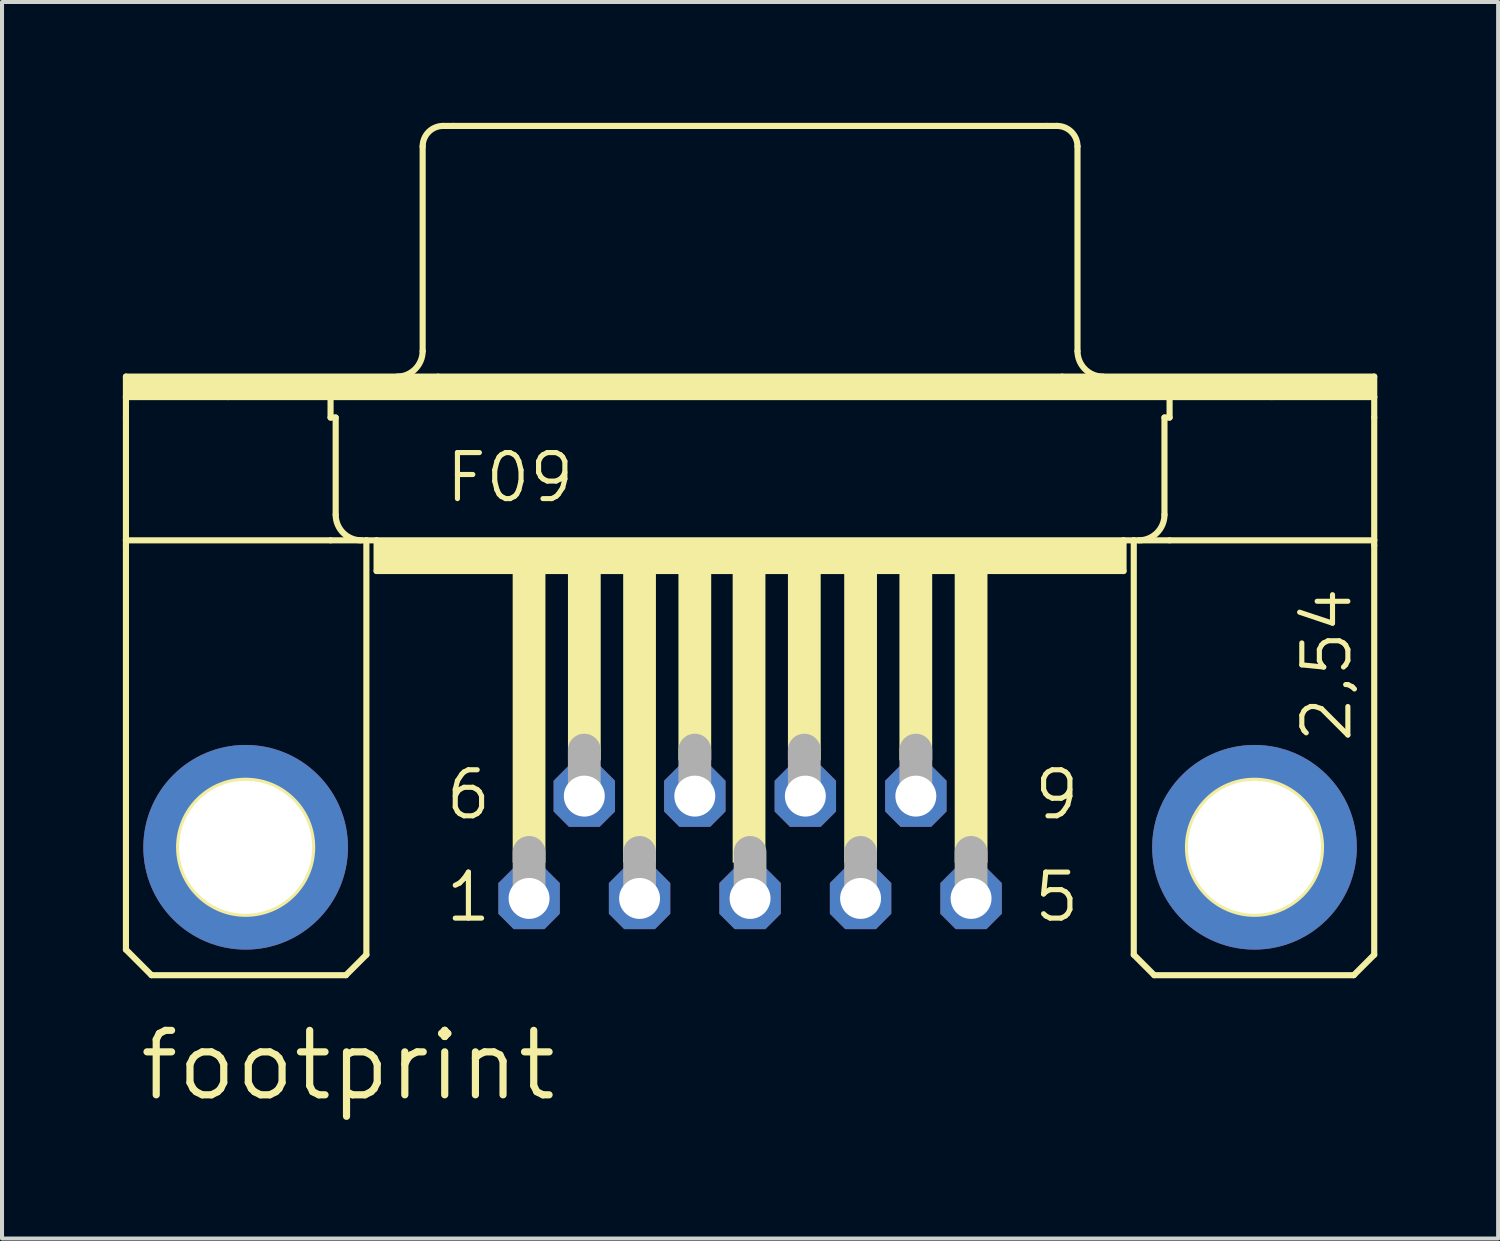
<source format=kicad_pcb>
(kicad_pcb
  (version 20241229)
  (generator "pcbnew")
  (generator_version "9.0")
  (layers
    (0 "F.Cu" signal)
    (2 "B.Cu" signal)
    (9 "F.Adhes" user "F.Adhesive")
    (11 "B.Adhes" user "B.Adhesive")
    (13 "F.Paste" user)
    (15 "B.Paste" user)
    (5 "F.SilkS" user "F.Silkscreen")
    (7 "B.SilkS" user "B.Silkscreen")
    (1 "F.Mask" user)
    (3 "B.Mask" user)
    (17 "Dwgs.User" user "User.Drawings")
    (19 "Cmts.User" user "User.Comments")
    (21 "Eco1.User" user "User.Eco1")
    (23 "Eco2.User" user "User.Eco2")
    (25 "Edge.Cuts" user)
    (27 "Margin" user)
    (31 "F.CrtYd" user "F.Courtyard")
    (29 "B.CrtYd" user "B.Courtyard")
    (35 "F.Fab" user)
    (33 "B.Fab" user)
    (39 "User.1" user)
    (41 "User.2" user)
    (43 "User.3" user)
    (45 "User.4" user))
  (footprint "footprint"
    (layer "F.Cu")
    (at 15.57 17.983)
    (property "Reference" "footprint" (at -15.24 6.35 0) (layer "F.SilkS") (effects (font (size 1.6 1.6) (thickness 0.178)) (justify left bottom)))
    (fp_line (start -15.494 -11.684) (end -7.747 -11.684) (stroke (width 0.152) (type solid)) (layer "F.SilkS"))
    (fp_line (start -15.494 -11.176) (end -15.494 -11.684) (stroke (width 0.152) (type solid)) (layer "F.SilkS"))
    (fp_line (start -15.494 -11.176) (end -12.954 -11.176) (stroke (width 0.152) (type solid)) (layer "F.SilkS"))
    (fp_line (start -15.494 -10.668) (end -15.494 -11.176) (stroke (width 0.152) (type solid)) (layer "F.SilkS"))
    (fp_line (start -15.494 -7.62) (end -15.494 -10.668) (stroke (width 0.152) (type solid)) (layer "F.SilkS"))
    (fp_line (start -15.494 -7.62) (end -15.494 -7.493) (stroke (width 0.152) (type solid)) (layer "F.SilkS"))
    (fp_line (start -15.494 -7.62) (end -10.414 -7.62) (stroke (width 0.152) (type solid)) (layer "F.SilkS"))
    (fp_line (start -15.494 2.54) (end -15.494 -7.493) (stroke (width 0.152) (type solid)) (layer "F.SilkS"))
    (fp_line (start -14.859 3.175) (end -15.494 2.54) (stroke (width 0.152) (type solid)) (layer "F.SilkS"))
    (fp_line (start -12.954 -11.176) (end -10.414 -11.176) (stroke (width 0.152) (type solid)) (layer "F.SilkS"))
    (fp_line (start -10.414 -11.176) (end 10.414 -11.176) (stroke (width 0.152) (type solid)) (layer "F.SilkS"))
    (fp_line (start -10.414 -10.668) (end -10.414 -11.176) (stroke (width 0.152) (type solid)) (layer "F.SilkS"))
    (fp_line (start -10.414 -10.668) (end -10.287 -10.668) (stroke (width 0.152) (type solid)) (layer "F.SilkS"))
    (fp_line (start -10.414 -7.62) (end -9.525 -7.62) (stroke (width 0.152) (type solid)) (layer "F.SilkS"))
    (fp_line (start -10.287 -8.255) (end -10.287 -10.668) (stroke (width 0.152) (type solid)) (layer "F.SilkS"))
    (fp_line (start -10.033 3.175) (end -14.859 3.175) (stroke (width 0.152) (type solid)) (layer "F.SilkS"))
    (fp_line (start -10.033 3.175) (end -9.525 2.667) (stroke (width 0.152) (type solid)) (layer "F.SilkS"))
    (fp_line (start -9.525 -7.62) (end -9.271 -7.62) (stroke (width 0.152) (type solid)) (layer "F.SilkS"))
    (fp_line (start -9.525 2.667) (end -9.525 -7.62) (stroke (width 0.152) (type solid)) (layer "F.SilkS"))
    (fp_line (start -9.271 -7.62) (end -9.271 -6.858) (stroke (width 0.152) (type solid)) (layer "F.SilkS"))
    (fp_line (start -9.271 -7.62) (end 9.271 -7.62) (stroke (width 0.152) (type solid)) (layer "F.SilkS"))
    (fp_line (start -9.271 -6.858) (end 9.271 -6.858) (stroke (width 0.152) (type solid)) (layer "F.SilkS"))
    (fp_line (start -8.128 -12.319) (end -8.128 -17.399) (stroke (width 0.152) (type solid)) (layer "F.SilkS"))
    (fp_line (start -7.747 -11.684) (end 7.747 -11.684) (stroke (width 0.152) (type solid)) (layer "F.SilkS"))
    (fp_line (start -7.62 -17.907) (end -7.366 -17.907) (stroke (width 0.152) (type solid)) (layer "F.SilkS"))
    (fp_line (start -7.366 -17.907) (end 7.366 -17.907) (stroke (width 0.152) (type solid)) (layer "F.SilkS"))
    (fp_line (start 7.366 -17.907) (end 7.62 -17.907) (stroke (width 0.152) (type solid)) (layer "F.SilkS"))
    (fp_line (start 7.747 -11.684) (end 15.494 -11.684) (stroke (width 0.152) (type solid)) (layer "F.SilkS"))
    (fp_line (start 8.128 -12.319) (end 8.128 -17.399) (stroke (width 0.152) (type solid)) (layer "F.SilkS"))
    (fp_line (start 9.271 -7.62) (end 9.271 -6.858) (stroke (width 0.152) (type solid)) (layer "F.SilkS"))
    (fp_line (start 9.271 -7.62) (end 9.525 -7.62) (stroke (width 0.152) (type solid)) (layer "F.SilkS"))
    (fp_line (start 9.525 -7.62) (end 10.414 -7.62) (stroke (width 0.152) (type solid)) (layer "F.SilkS"))
    (fp_line (start 9.525 2.667) (end 9.525 -7.62) (stroke (width 0.152) (type solid)) (layer "F.SilkS"))
    (fp_line (start 9.525 2.667) (end 10.033 3.175) (stroke (width 0.152) (type solid)) (layer "F.SilkS"))
    (fp_line (start 10.033 3.175) (end 14.986 3.175) (stroke (width 0.152) (type solid)) (layer "F.SilkS"))
    (fp_line (start 10.287 -10.668) (end 10.414 -10.668) (stroke (width 0.152) (type solid)) (layer "F.SilkS"))
    (fp_line (start 10.287 -8.255) (end 10.287 -10.668) (stroke (width 0.152) (type solid)) (layer "F.SilkS"))
    (fp_line (start 10.414 -11.176) (end 12.954 -11.176) (stroke (width 0.152) (type solid)) (layer "F.SilkS"))
    (fp_line (start 10.414 -10.668) (end 10.414 -11.176) (stroke (width 0.152) (type solid)) (layer "F.SilkS"))
    (fp_line (start 10.414 -7.62) (end 15.494 -7.62) (stroke (width 0.152) (type solid)) (layer "F.SilkS"))
    (fp_line (start 12.954 -11.176) (end 15.494 -11.176) (stroke (width 0.152) (type solid)) (layer "F.SilkS"))
    (fp_line (start 14.986 3.175) (end 15.494 2.667) (stroke (width 0.152) (type solid)) (layer "F.SilkS"))
    (fp_line (start 15.494 -11.684) (end 15.494 -11.176) (stroke (width 0.152) (type solid)) (layer "F.SilkS"))
    (fp_line (start 15.494 -11.176) (end 15.494 -10.668) (stroke (width 0.152) (type solid)) (layer "F.SilkS"))
    (fp_line (start 15.494 -10.668) (end 15.494 -7.62) (stroke (width 0.152) (type solid)) (layer "F.SilkS"))
    (fp_line (start 15.494 -7.62) (end 15.494 -7.493) (stroke (width 0.152) (type solid)) (layer "F.SilkS"))
    (fp_line (start 15.494 2.667) (end 15.494 -7.493) (stroke (width 0.152) (type solid)) (layer "F.SilkS"))
    (fp_arc (start -9.652 -7.62) (mid -10.101013 -7.805987) (end -10.287 -8.255) (stroke (width 0.1524) (type solid)) (layer "F.SilkS"))
    (fp_arc (start -8.128 -17.399) (mid -7.97921 -17.75821) (end -7.62 -17.907) (stroke (width 0.1524) (type solid)) (layer "F.SilkS"))
    (fp_arc (start -8.128 -12.319) (mid -8.313987 -11.869987) (end -8.763 -11.684) (stroke (width 0.1524) (type solid)) (layer "F.SilkS"))
    (fp_arc (start 7.62 -17.907) (mid 7.97921 -17.75821) (end 8.128 -17.399) (stroke (width 0.1524) (type solid)) (layer "F.SilkS"))
    (fp_arc (start 8.763 -11.684) (mid 8.313987 -11.869987) (end 8.128 -12.319) (stroke (width 0.1524) (type solid)) (layer "F.SilkS"))
    (fp_arc (start 10.287 -8.255) (mid 10.101013 -7.805987) (end 9.652 -7.62) (stroke (width 0.1524) (type solid)) (layer "F.SilkS"))
    (fp_circle (center -12.522 0) (end -10.871 0) (stroke (width 0.152) (type solid)) (fill no) (layer "F.SilkS"))
    (fp_circle (center 12.522 0) (end 14.173 0) (stroke (width 0.152) (type solid)) (fill no) (layer "F.SilkS"))
    (fp_poly (pts (xy -15.494 -11.176) (xy 15.494 -11.176) (xy 15.494 -11.684) (xy -15.494 -11.684)) (stroke (width 0) (type solid)) (fill yes) (layer "F.SilkS"))
    (fp_poly (pts (xy -9.271 -6.858) (xy 9.271 -6.858) (xy 9.271 -7.62) (xy -9.271 -7.62)) (stroke (width 0) (type solid)) (fill yes) (layer "F.SilkS"))
    (fp_poly (pts (xy -5.893 0.381) (xy -5.08 0.381) (xy -5.08 -6.858) (xy -5.893 -6.858)) (stroke (width 0) (type solid)) (fill yes) (layer "F.SilkS"))
    (fp_poly (pts (xy -4.521 -2.159) (xy -3.708 -2.159) (xy -3.708 -6.858) (xy -4.521 -6.858)) (stroke (width 0) (type solid)) (fill yes) (layer "F.SilkS"))
    (fp_poly (pts (xy -3.15 0.381) (xy -2.337 0.381) (xy -2.337 -6.858) (xy -3.15 -6.858)) (stroke (width 0) (type solid)) (fill yes) (layer "F.SilkS"))
    (fp_poly (pts (xy -1.778 -2.159) (xy -0.965 -2.159) (xy -0.965 -6.858) (xy -1.778 -6.858)) (stroke (width 0) (type solid)) (fill yes) (layer "F.SilkS"))
    (fp_poly (pts (xy -0.432 0.381) (xy 0.381 0.381) (xy 0.381 -6.858) (xy -0.432 -6.858)) (stroke (width 0) (type solid)) (fill yes) (layer "F.SilkS"))
    (fp_poly (pts (xy 0.94 -2.159) (xy 1.753 -2.159) (xy 1.753 -6.858) (xy 0.94 -6.858)) (stroke (width 0) (type solid)) (fill yes) (layer "F.SilkS"))
    (fp_poly (pts (xy 2.337 0.381) (xy 3.15 0.381) (xy 3.15 -6.858) (xy 2.337 -6.858)) (stroke (width 0) (type solid)) (fill yes) (layer "F.SilkS"))
    (fp_poly (pts (xy 3.708 -2.159) (xy 4.521 -2.159) (xy 4.521 -6.858) (xy 3.708 -6.858)) (stroke (width 0) (type solid)) (fill yes) (layer "F.SilkS"))
    (fp_poly (pts (xy 5.08 0.381) (xy 5.893 0.381) (xy 5.893 -6.858) (xy 5.08 -6.858)) (stroke (width 0) (type solid)) (fill yes) (layer "F.SilkS"))
    (fp_line (start -5.486 1.143) (end -5.486 0.127) (stroke (width 0.813) (type solid)) (layer "F.Fab"))
    (fp_line (start -4.115 -1.397) (end -4.115 -2.413) (stroke (width 0.813) (type solid)) (layer "F.Fab"))
    (fp_line (start -2.743 1.143) (end -2.743 0.127) (stroke (width 0.813) (type solid)) (layer "F.Fab"))
    (fp_line (start -1.372 -1.397) (end -1.372 -2.413) (stroke (width 0.813) (type solid)) (layer "F.Fab"))
    (fp_line (start 0 1.143) (end 0 0.127) (stroke (width 0.813) (type solid)) (layer "F.Fab"))
    (fp_line (start 1.346 -1.397) (end 1.346 -2.413) (stroke (width 0.813) (type solid)) (layer "F.Fab"))
    (fp_line (start 2.743 1.143) (end 2.743 0.127) (stroke (width 0.813) (type solid)) (layer "F.Fab"))
    (fp_line (start 4.115 -1.397) (end 4.115 -2.413) (stroke (width 0.813) (type solid)) (layer "F.Fab"))
    (fp_line (start 5.486 1.143) (end 5.486 0.127) (stroke (width 0.813) (type solid)) (layer "F.Fab"))
    (fp_text user "9" (at 6.985 -0.635 0) (layer "F.SilkS") (effects (font (size 1.143 1.143) (thickness 0.127)) (justify left bottom)))
    (fp_text user "1" (at -7.62 1.905 0) (layer "F.SilkS") (effects (font (size 1.143 1.143) (thickness 0.127)) (justify left bottom)))
    (fp_text user "2,54" (at 14.986 -2.54 90) (layer "F.SilkS") (effects (font (size 1.143 1.143) (thickness 0.127)) (justify left bottom)))
    (fp_text user "5" (at 6.985 1.905 0) (layer "F.SilkS") (effects (font (size 1.143 1.143) (thickness 0.127)) (justify left bottom)))
    (fp_text user "6" (at -7.62 -0.635 0) (layer "F.SilkS") (effects (font (size 1.143 1.143) (thickness 0.127)) (justify left bottom)))
    (fp_text user "F09" (at -7.62 -8.509 0) (layer "F.SilkS") (effects (font (size 1.143 1.143) (thickness 0.127)) (justify left bottom)))
    (pad "1" thru_hole roundrect (at -5.486 1.27) (size 1.524 1.524) (drill 1.016) (layers "*.Cu" "*.Mask") (roundrect_rratio 0.25) (chamfer_ratio 0.25) (chamfer top_left top_right bottom_left bottom_right))
    (pad "2" thru_hole roundrect (at -2.743 1.27) (size 1.524 1.524) (drill 1.016) (layers "*.Cu" "*.Mask") (roundrect_rratio 0.25) (chamfer_ratio 0.25) (chamfer top_left top_right bottom_left bottom_right))
    (pad "3" thru_hole roundrect (at 0 1.27) (size 1.524 1.524) (drill 1.016) (layers "*.Cu" "*.Mask") (roundrect_rratio 0.25) (chamfer_ratio 0.25) (chamfer top_left top_right bottom_left bottom_right))
    (pad "4" thru_hole roundrect (at 2.743 1.27) (size 1.524 1.524) (drill 1.016) (layers "*.Cu" "*.Mask") (roundrect_rratio 0.25) (chamfer_ratio 0.25) (chamfer top_left top_right bottom_left bottom_right))
    (pad "5" thru_hole roundrect (at 5.486 1.27) (size 1.524 1.524) (drill 1.016) (layers "*.Cu" "*.Mask") (roundrect_rratio 0.25) (chamfer_ratio 0.25) (chamfer top_left top_right bottom_left bottom_right))
    (pad "6" thru_hole roundrect (at -4.115 -1.27) (size 1.524 1.524) (drill 1.016) (layers "*.Cu" "*.Mask") (roundrect_rratio 0.25) (chamfer_ratio 0.25) (chamfer top_left top_right bottom_left bottom_right))
    (pad "7" thru_hole roundrect (at -1.372 -1.27) (size 1.524 1.524) (drill 1.016) (layers "*.Cu" "*.Mask") (roundrect_rratio 0.25) (chamfer_ratio 0.25) (chamfer top_left top_right bottom_left bottom_right))
    (pad "8" thru_hole roundrect (at 1.372 -1.27) (size 1.524 1.524) (drill 1.016) (layers "*.Cu" "*.Mask") (roundrect_rratio 0.25) (chamfer_ratio 0.25) (chamfer top_left top_right bottom_left bottom_right))
    (pad "9" thru_hole roundrect (at 4.115 -1.27) (size 1.524 1.524) (drill 1.016) (layers "*.Cu" "*.Mask") (roundrect_rratio 0.25) (chamfer_ratio 0.25) (chamfer top_left top_right bottom_left bottom_right))
    (pad "G1" thru_hole circle (at -12.522 0) (size 5.08 5.08) (drill 3.302) (layers "*.Cu" "*.Mask"))
    (pad "G2" thru_hole circle (at 12.522 0) (size 5.08 5.08) (drill 3.302) (layers "*.Cu" "*.Mask")))
  (gr_rect
    (start -3 -3)
    (end 34.14 27.696)
    (stroke (width 0.1) (type default))
    (fill no)
    (layer "Edge.Cuts")))
</source>
